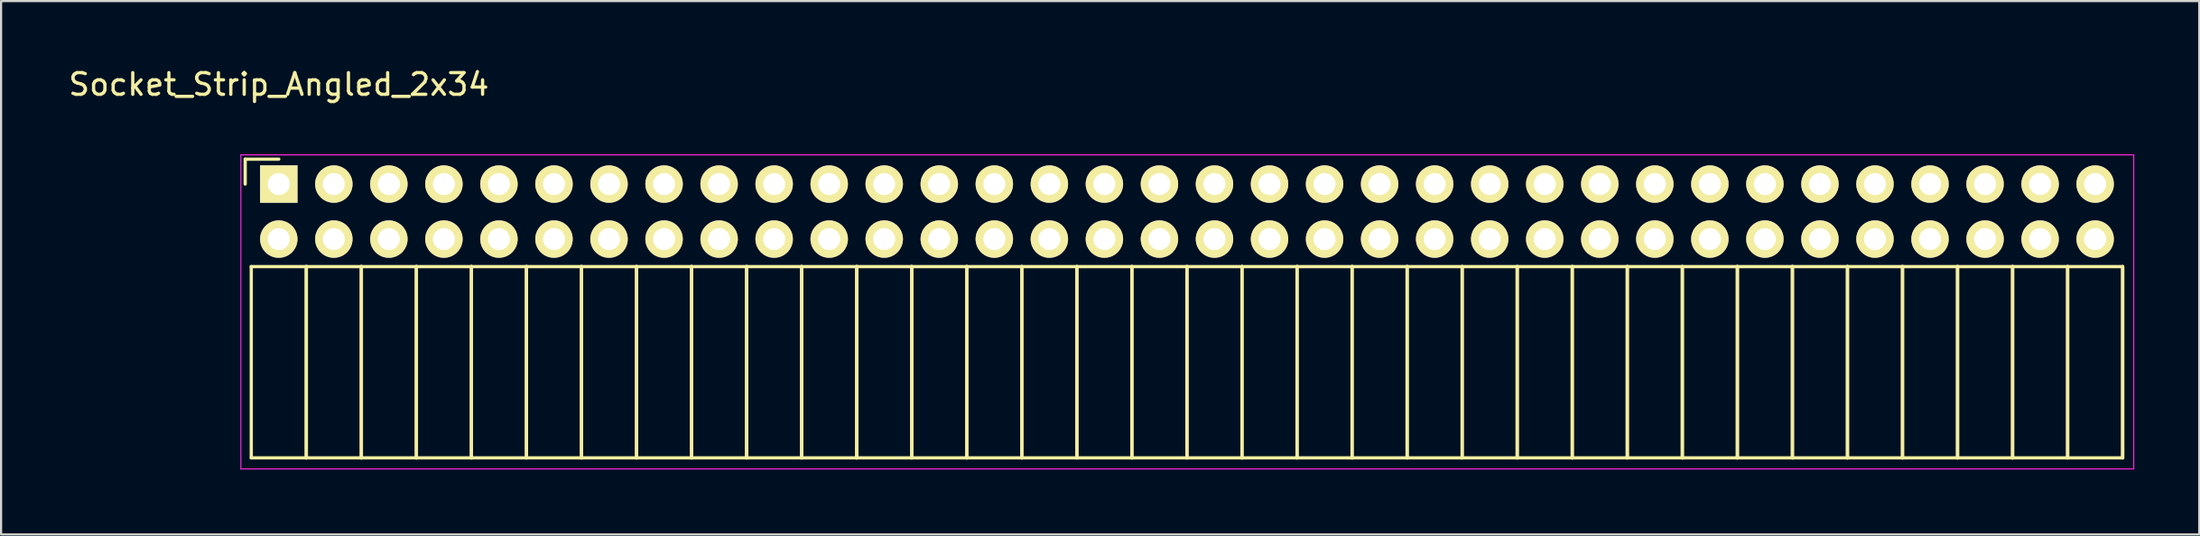
<source format=kicad_pcb>
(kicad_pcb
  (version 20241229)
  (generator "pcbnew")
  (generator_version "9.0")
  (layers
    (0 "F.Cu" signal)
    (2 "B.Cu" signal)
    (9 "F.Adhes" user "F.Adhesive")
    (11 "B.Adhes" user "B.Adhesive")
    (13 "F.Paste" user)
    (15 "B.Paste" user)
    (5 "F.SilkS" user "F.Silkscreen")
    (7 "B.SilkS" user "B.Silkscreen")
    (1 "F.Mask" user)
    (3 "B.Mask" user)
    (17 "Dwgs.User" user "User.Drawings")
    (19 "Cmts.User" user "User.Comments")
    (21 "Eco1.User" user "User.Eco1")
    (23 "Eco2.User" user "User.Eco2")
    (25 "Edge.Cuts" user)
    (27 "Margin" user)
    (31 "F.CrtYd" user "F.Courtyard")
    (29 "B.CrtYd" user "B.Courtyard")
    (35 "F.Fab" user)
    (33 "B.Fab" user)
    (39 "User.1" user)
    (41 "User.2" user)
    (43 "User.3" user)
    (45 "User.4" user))
  (footprint "Socket_Strip_Angled_2x34"
    (layer "F.Cu")
    (at 9.815 5.448)
    (property "Reference" "Socket_Strip_Angled_2x34" (at 0 -4.6 0) (layer "F.SilkS") (effects (font (size 1 1) (thickness 0.15))))
    (attr through_hole)
    (fp_line (start -1.55 -1.15) (end -1.55 0) (stroke (width 0.15) (type solid)) (layer "F.SilkS"))
    (fp_line (start -1.27 3.81) (end -1.27 12.64) (stroke (width 0.15) (type solid)) (layer "F.SilkS"))
    (fp_line (start -1.27 3.81) (end 1.27 3.81) (stroke (width 0.15) (type solid)) (layer "F.SilkS"))
    (fp_line (start -1.27 12.64) (end 1.27 12.64) (stroke (width 0.15) (type solid)) (layer "F.SilkS"))
    (fp_line (start 0 -1.15) (end -1.55 -1.15) (stroke (width 0.15) (type solid)) (layer "F.SilkS"))
    (fp_line (start 1.27 3.81) (end 1.27 12.64) (stroke (width 0.15) (type solid)) (layer "F.SilkS"))
    (fp_line (start 1.27 3.81) (end 3.81 3.81) (stroke (width 0.15) (type solid)) (layer "F.SilkS"))
    (fp_line (start 1.27 12.64) (end 1.27 3.81) (stroke (width 0.15) (type solid)) (layer "F.SilkS"))
    (fp_line (start 1.27 12.64) (end 3.81 12.64) (stroke (width 0.15) (type solid)) (layer "F.SilkS"))
    (fp_line (start 3.81 3.81) (end 3.81 12.64) (stroke (width 0.15) (type solid)) (layer "F.SilkS"))
    (fp_line (start 3.81 3.81) (end 6.35 3.81) (stroke (width 0.15) (type solid)) (layer "F.SilkS"))
    (fp_line (start 3.81 12.64) (end 3.81 3.81) (stroke (width 0.15) (type solid)) (layer "F.SilkS"))
    (fp_line (start 3.81 12.64) (end 6.35 12.64) (stroke (width 0.15) (type solid)) (layer "F.SilkS"))
    (fp_line (start 6.35 3.81) (end 6.35 12.64) (stroke (width 0.15) (type solid)) (layer "F.SilkS"))
    (fp_line (start 6.35 3.81) (end 8.89 3.81) (stroke (width 0.15) (type solid)) (layer "F.SilkS"))
    (fp_line (start 6.35 12.64) (end 6.35 3.81) (stroke (width 0.15) (type solid)) (layer "F.SilkS"))
    (fp_line (start 6.35 12.64) (end 8.89 12.64) (stroke (width 0.15) (type solid)) (layer "F.SilkS"))
    (fp_line (start 8.89 3.81) (end 8.89 12.64) (stroke (width 0.15) (type solid)) (layer "F.SilkS"))
    (fp_line (start 8.89 3.81) (end 11.43 3.81) (stroke (width 0.15) (type solid)) (layer "F.SilkS"))
    (fp_line (start 8.89 12.64) (end 8.89 3.81) (stroke (width 0.15) (type solid)) (layer "F.SilkS"))
    (fp_line (start 8.89 12.64) (end 11.43 12.64) (stroke (width 0.15) (type solid)) (layer "F.SilkS"))
    (fp_line (start 11.43 3.81) (end 11.43 12.64) (stroke (width 0.15) (type solid)) (layer "F.SilkS"))
    (fp_line (start 11.43 3.81) (end 13.97 3.81) (stroke (width 0.15) (type solid)) (layer "F.SilkS"))
    (fp_line (start 11.43 12.64) (end 11.43 3.81) (stroke (width 0.15) (type solid)) (layer "F.SilkS"))
    (fp_line (start 11.43 12.64) (end 13.97 12.64) (stroke (width 0.15) (type solid)) (layer "F.SilkS"))
    (fp_line (start 13.97 3.81) (end 13.97 12.64) (stroke (width 0.15) (type solid)) (layer "F.SilkS"))
    (fp_line (start 13.97 3.81) (end 16.51 3.81) (stroke (width 0.15) (type solid)) (layer "F.SilkS"))
    (fp_line (start 13.97 12.64) (end 13.97 3.81) (stroke (width 0.15) (type solid)) (layer "F.SilkS"))
    (fp_line (start 13.97 12.64) (end 16.51 12.64) (stroke (width 0.15) (type solid)) (layer "F.SilkS"))
    (fp_line (start 16.51 3.81) (end 16.51 12.64) (stroke (width 0.15) (type solid)) (layer "F.SilkS"))
    (fp_line (start 16.51 3.81) (end 19.05 3.81) (stroke (width 0.15) (type solid)) (layer "F.SilkS"))
    (fp_line (start 16.51 12.64) (end 16.51 3.81) (stroke (width 0.15) (type solid)) (layer "F.SilkS"))
    (fp_line (start 16.51 12.64) (end 19.05 12.64) (stroke (width 0.15) (type solid)) (layer "F.SilkS"))
    (fp_line (start 19.05 3.81) (end 19.05 12.64) (stroke (width 0.15) (type solid)) (layer "F.SilkS"))
    (fp_line (start 19.05 3.81) (end 21.59 3.81) (stroke (width 0.15) (type solid)) (layer "F.SilkS"))
    (fp_line (start 19.05 12.64) (end 19.05 3.81) (stroke (width 0.15) (type solid)) (layer "F.SilkS"))
    (fp_line (start 19.05 12.64) (end 21.59 12.64) (stroke (width 0.15) (type solid)) (layer "F.SilkS"))
    (fp_line (start 21.59 3.81) (end 21.59 12.64) (stroke (width 0.15) (type solid)) (layer "F.SilkS"))
    (fp_line (start 21.59 3.81) (end 24.13 3.81) (stroke (width 0.15) (type solid)) (layer "F.SilkS"))
    (fp_line (start 21.59 12.64) (end 21.59 3.81) (stroke (width 0.15) (type solid)) (layer "F.SilkS"))
    (fp_line (start 21.59 12.64) (end 24.13 12.64) (stroke (width 0.15) (type solid)) (layer "F.SilkS"))
    (fp_line (start 24.13 3.81) (end 24.13 12.64) (stroke (width 0.15) (type solid)) (layer "F.SilkS"))
    (fp_line (start 24.13 3.81) (end 26.67 3.81) (stroke (width 0.15) (type solid)) (layer "F.SilkS"))
    (fp_line (start 24.13 12.64) (end 24.13 3.81) (stroke (width 0.15) (type solid)) (layer "F.SilkS"))
    (fp_line (start 24.13 12.64) (end 26.67 12.64) (stroke (width 0.15) (type solid)) (layer "F.SilkS"))
    (fp_line (start 26.67 3.81) (end 26.67 12.64) (stroke (width 0.15) (type solid)) (layer "F.SilkS"))
    (fp_line (start 26.67 3.81) (end 29.21 3.81) (stroke (width 0.15) (type solid)) (layer "F.SilkS"))
    (fp_line (start 26.67 12.64) (end 26.67 3.81) (stroke (width 0.15) (type solid)) (layer "F.SilkS"))
    (fp_line (start 26.67 12.64) (end 29.21 12.64) (stroke (width 0.15) (type solid)) (layer "F.SilkS"))
    (fp_line (start 29.21 3.81) (end 29.21 12.64) (stroke (width 0.15) (type solid)) (layer "F.SilkS"))
    (fp_line (start 29.21 3.81) (end 31.75 3.81) (stroke (width 0.15) (type solid)) (layer "F.SilkS"))
    (fp_line (start 29.21 12.64) (end 29.21 3.81) (stroke (width 0.15) (type solid)) (layer "F.SilkS"))
    (fp_line (start 29.21 12.64) (end 31.75 12.64) (stroke (width 0.15) (type solid)) (layer "F.SilkS"))
    (fp_line (start 31.75 3.81) (end 31.75 12.64) (stroke (width 0.15) (type solid)) (layer "F.SilkS"))
    (fp_line (start 31.75 3.81) (end 34.29 3.81) (stroke (width 0.15) (type solid)) (layer "F.SilkS"))
    (fp_line (start 31.75 12.64) (end 31.75 3.81) (stroke (width 0.15) (type solid)) (layer "F.SilkS"))
    (fp_line (start 31.75 12.64) (end 34.29 12.64) (stroke (width 0.15) (type solid)) (layer "F.SilkS"))
    (fp_line (start 34.29 3.81) (end 34.29 12.64) (stroke (width 0.15) (type solid)) (layer "F.SilkS"))
    (fp_line (start 34.29 3.81) (end 36.83 3.81) (stroke (width 0.15) (type solid)) (layer "F.SilkS"))
    (fp_line (start 34.29 12.64) (end 34.29 3.81) (stroke (width 0.15) (type solid)) (layer "F.SilkS"))
    (fp_line (start 34.29 12.64) (end 36.83 12.64) (stroke (width 0.15) (type solid)) (layer "F.SilkS"))
    (fp_line (start 36.83 3.81) (end 36.83 12.64) (stroke (width 0.15) (type solid)) (layer "F.SilkS"))
    (fp_line (start 36.83 3.81) (end 39.37 3.81) (stroke (width 0.15) (type solid)) (layer "F.SilkS"))
    (fp_line (start 36.83 12.64) (end 36.83 3.81) (stroke (width 0.15) (type solid)) (layer "F.SilkS"))
    (fp_line (start 36.83 12.64) (end 39.37 12.64) (stroke (width 0.15) (type solid)) (layer "F.SilkS"))
    (fp_line (start 39.37 3.81) (end 39.37 12.64) (stroke (width 0.15) (type solid)) (layer "F.SilkS"))
    (fp_line (start 39.37 3.81) (end 41.91 3.81) (stroke (width 0.15) (type solid)) (layer "F.SilkS"))
    (fp_line (start 39.37 12.64) (end 39.37 3.81) (stroke (width 0.15) (type solid)) (layer "F.SilkS"))
    (fp_line (start 39.37 12.64) (end 41.91 12.64) (stroke (width 0.15) (type solid)) (layer "F.SilkS"))
    (fp_line (start 41.91 3.81) (end 41.91 12.64) (stroke (width 0.15) (type solid)) (layer "F.SilkS"))
    (fp_line (start 41.91 3.81) (end 44.45 3.81) (stroke (width 0.15) (type solid)) (layer "F.SilkS"))
    (fp_line (start 41.91 12.64) (end 41.91 3.81) (stroke (width 0.15) (type solid)) (layer "F.SilkS"))
    (fp_line (start 41.91 12.64) (end 44.45 12.64) (stroke (width 0.15) (type solid)) (layer "F.SilkS"))
    (fp_line (start 44.45 3.81) (end 44.45 12.64) (stroke (width 0.15) (type solid)) (layer "F.SilkS"))
    (fp_line (start 44.45 3.81) (end 46.99 3.81) (stroke (width 0.15) (type solid)) (layer "F.SilkS"))
    (fp_line (start 44.45 12.64) (end 44.45 3.81) (stroke (width 0.15) (type solid)) (layer "F.SilkS"))
    (fp_line (start 44.45 12.64) (end 46.99 12.64) (stroke (width 0.15) (type solid)) (layer "F.SilkS"))
    (fp_line (start 46.99 3.81) (end 46.99 12.64) (stroke (width 0.15) (type solid)) (layer "F.SilkS"))
    (fp_line (start 46.99 3.81) (end 49.53 3.81) (stroke (width 0.15) (type solid)) (layer "F.SilkS"))
    (fp_line (start 46.99 12.64) (end 46.99 3.81) (stroke (width 0.15) (type solid)) (layer "F.SilkS"))
    (fp_line (start 46.99 12.64) (end 49.53 12.64) (stroke (width 0.15) (type solid)) (layer "F.SilkS"))
    (fp_line (start 49.53 3.81) (end 49.53 12.64) (stroke (width 0.15) (type solid)) (layer "F.SilkS"))
    (fp_line (start 49.53 3.81) (end 52.07 3.81) (stroke (width 0.15) (type solid)) (layer "F.SilkS"))
    (fp_line (start 49.53 12.64) (end 49.53 3.81) (stroke (width 0.15) (type solid)) (layer "F.SilkS"))
    (fp_line (start 49.53 12.64) (end 52.07 12.64) (stroke (width 0.15) (type solid)) (layer "F.SilkS"))
    (fp_line (start 52.07 3.81) (end 52.07 12.64) (stroke (width 0.15) (type solid)) (layer "F.SilkS"))
    (fp_line (start 52.07 3.81) (end 54.61 3.81) (stroke (width 0.15) (type solid)) (layer "F.SilkS"))
    (fp_line (start 52.07 12.64) (end 52.07 3.81) (stroke (width 0.15) (type solid)) (layer "F.SilkS"))
    (fp_line (start 52.07 12.64) (end 54.61 12.64) (stroke (width 0.15) (type solid)) (layer "F.SilkS"))
    (fp_line (start 54.61 3.81) (end 54.61 12.64) (stroke (width 0.15) (type solid)) (layer "F.SilkS"))
    (fp_line (start 54.61 3.81) (end 57.15 3.81) (stroke (width 0.15) (type solid)) (layer "F.SilkS"))
    (fp_line (start 54.61 12.64) (end 54.61 3.81) (stroke (width 0.15) (type solid)) (layer "F.SilkS"))
    (fp_line (start 54.61 12.64) (end 57.15 12.64) (stroke (width 0.15) (type solid)) (layer "F.SilkS"))
    (fp_line (start 57.15 3.81) (end 57.15 12.64) (stroke (width 0.15) (type solid)) (layer "F.SilkS"))
    (fp_line (start 57.15 3.81) (end 59.69 3.81) (stroke (width 0.15) (type solid)) (layer "F.SilkS"))
    (fp_line (start 57.15 12.64) (end 57.15 3.81) (stroke (width 0.15) (type solid)) (layer "F.SilkS"))
    (fp_line (start 57.15 12.64) (end 59.69 12.64) (stroke (width 0.15) (type solid)) (layer "F.SilkS"))
    (fp_line (start 59.69 3.81) (end 59.69 12.64) (stroke (width 0.15) (type solid)) (layer "F.SilkS"))
    (fp_line (start 59.69 3.81) (end 62.23 3.81) (stroke (width 0.15) (type solid)) (layer "F.SilkS"))
    (fp_line (start 59.69 12.64) (end 59.69 3.81) (stroke (width 0.15) (type solid)) (layer "F.SilkS"))
    (fp_line (start 59.69 12.64) (end 62.23 12.64) (stroke (width 0.15) (type solid)) (layer "F.SilkS"))
    (fp_line (start 62.23 3.81) (end 62.23 12.64) (stroke (width 0.15) (type solid)) (layer "F.SilkS"))
    (fp_line (start 62.23 3.81) (end 64.77 3.81) (stroke (width 0.15) (type solid)) (layer "F.SilkS"))
    (fp_line (start 62.23 12.64) (end 62.23 3.81) (stroke (width 0.15) (type solid)) (layer "F.SilkS"))
    (fp_line (start 62.23 12.64) (end 64.77 12.64) (stroke (width 0.15) (type solid)) (layer "F.SilkS"))
    (fp_line (start 64.77 3.81) (end 64.77 12.64) (stroke (width 0.15) (type solid)) (layer "F.SilkS"))
    (fp_line (start 64.77 3.81) (end 67.31 3.81) (stroke (width 0.15) (type solid)) (layer "F.SilkS"))
    (fp_line (start 64.77 12.64) (end 64.77 3.81) (stroke (width 0.15) (type solid)) (layer "F.SilkS"))
    (fp_line (start 64.77 12.64) (end 67.31 12.64) (stroke (width 0.15) (type solid)) (layer "F.SilkS"))
    (fp_line (start 67.31 3.81) (end 67.31 12.64) (stroke (width 0.15) (type solid)) (layer "F.SilkS"))
    (fp_line (start 67.31 3.81) (end 69.85 3.81) (stroke (width 0.15) (type solid)) (layer "F.SilkS"))
    (fp_line (start 67.31 12.64) (end 67.31 3.81) (stroke (width 0.15) (type solid)) (layer "F.SilkS"))
    (fp_line (start 67.31 12.64) (end 69.85 12.64) (stroke (width 0.15) (type solid)) (layer "F.SilkS"))
    (fp_line (start 69.85 3.81) (end 69.85 12.64) (stroke (width 0.15) (type solid)) (layer "F.SilkS"))
    (fp_line (start 69.85 3.81) (end 72.39 3.81) (stroke (width 0.15) (type solid)) (layer "F.SilkS"))
    (fp_line (start 69.85 12.64) (end 69.85 3.81) (stroke (width 0.15) (type solid)) (layer "F.SilkS"))
    (fp_line (start 69.85 12.64) (end 72.39 12.64) (stroke (width 0.15) (type solid)) (layer "F.SilkS"))
    (fp_line (start 72.39 3.81) (end 72.39 12.64) (stroke (width 0.15) (type solid)) (layer "F.SilkS"))
    (fp_line (start 72.39 3.81) (end 74.93 3.81) (stroke (width 0.15) (type solid)) (layer "F.SilkS"))
    (fp_line (start 72.39 12.64) (end 72.39 3.81) (stroke (width 0.15) (type solid)) (layer "F.SilkS"))
    (fp_line (start 72.39 12.64) (end 74.93 12.64) (stroke (width 0.15) (type solid)) (layer "F.SilkS"))
    (fp_line (start 74.93 3.81) (end 74.93 12.64) (stroke (width 0.15) (type solid)) (layer "F.SilkS"))
    (fp_line (start 74.93 3.81) (end 77.47 3.81) (stroke (width 0.15) (type solid)) (layer "F.SilkS"))
    (fp_line (start 74.93 12.64) (end 74.93 3.81) (stroke (width 0.15) (type solid)) (layer "F.SilkS"))
    (fp_line (start 74.93 12.64) (end 77.47 12.64) (stroke (width 0.15) (type solid)) (layer "F.SilkS"))
    (fp_line (start 77.47 3.81) (end 77.47 12.64) (stroke (width 0.15) (type solid)) (layer "F.SilkS"))
    (fp_line (start 77.47 3.81) (end 80.01 3.81) (stroke (width 0.15) (type solid)) (layer "F.SilkS"))
    (fp_line (start 77.47 12.64) (end 77.47 3.81) (stroke (width 0.15) (type solid)) (layer "F.SilkS"))
    (fp_line (start 77.47 12.64) (end 80.01 12.64) (stroke (width 0.15) (type solid)) (layer "F.SilkS"))
    (fp_line (start 80.01 3.81) (end 80.01 12.64) (stroke (width 0.15) (type solid)) (layer "F.SilkS"))
    (fp_line (start 80.01 3.81) (end 82.55 3.81) (stroke (width 0.15) (type solid)) (layer "F.SilkS"))
    (fp_line (start 80.01 12.64) (end 80.01 3.81) (stroke (width 0.15) (type solid)) (layer "F.SilkS"))
    (fp_line (start 80.01 12.64) (end 82.55 12.64) (stroke (width 0.15) (type solid)) (layer "F.SilkS"))
    (fp_line (start 82.55 3.81) (end 82.55 12.64) (stroke (width 0.15) (type solid)) (layer "F.SilkS"))
    (fp_line (start 82.55 3.81) (end 85.09 3.81) (stroke (width 0.15) (type solid)) (layer "F.SilkS"))
    (fp_line (start 82.55 12.64) (end 82.55 3.81) (stroke (width 0.15) (type solid)) (layer "F.SilkS"))
    (fp_line (start 82.55 12.64) (end 85.09 12.64) (stroke (width 0.15) (type solid)) (layer "F.SilkS"))
    (fp_line (start 85.09 3.81) (end 85.09 12.64) (stroke (width 0.15) (type solid)) (layer "F.SilkS"))
    (fp_line (start 85.09 12.64) (end 85.09 3.81) (stroke (width 0.15) (type solid)) (layer "F.SilkS"))
    (fp_line (start -1.75 -1.35) (end -1.75 13.15) (stroke (width 0.05) (type solid)) (layer "F.CrtYd"))
    (fp_line (start -1.75 -1.35) (end 85.6 -1.35) (stroke (width 0.05) (type solid)) (layer "F.CrtYd"))
    (fp_line (start -1.75 13.15) (end 85.6 13.15) (stroke (width 0.05) (type solid)) (layer "F.CrtYd"))
    (fp_line (start 85.6 -1.35) (end 85.6 13.15) (stroke (width 0.05) (type solid)) (layer "F.CrtYd"))
    (pad "1" thru_hole rect (at 0 0) (size 1.727 1.727) (drill 1.016) (layers "*.Cu" "*.Mask" "F.SilkS"))
    (pad "2" thru_hole oval (at 0 2.54) (size 1.727 1.727) (drill 1.016) (layers "*.Cu" "*.Mask" "F.SilkS"))
    (pad "3" thru_hole oval (at 2.54 0) (size 1.727 1.727) (drill 1.016) (layers "*.Cu" "*.Mask" "F.SilkS"))
    (pad "4" thru_hole oval (at 2.54 2.54) (size 1.727 1.727) (drill 1.016) (layers "*.Cu" "*.Mask" "F.SilkS"))
    (pad "5" thru_hole oval (at 5.08 0) (size 1.727 1.727) (drill 1.016) (layers "*.Cu" "*.Mask" "F.SilkS"))
    (pad "6" thru_hole oval (at 5.08 2.54) (size 1.727 1.727) (drill 1.016) (layers "*.Cu" "*.Mask" "F.SilkS"))
    (pad "7" thru_hole oval (at 7.62 0) (size 1.727 1.727) (drill 1.016) (layers "*.Cu" "*.Mask" "F.SilkS"))
    (pad "8" thru_hole oval (at 7.62 2.54) (size 1.727 1.727) (drill 1.016) (layers "*.Cu" "*.Mask" "F.SilkS"))
    (pad "9" thru_hole oval (at 10.16 0) (size 1.727 1.727) (drill 1.016) (layers "*.Cu" "*.Mask" "F.SilkS"))
    (pad "10" thru_hole oval (at 10.16 2.54) (size 1.727 1.727) (drill 1.016) (layers "*.Cu" "*.Mask" "F.SilkS"))
    (pad "11" thru_hole oval (at 12.7 0) (size 1.727 1.727) (drill 1.016) (layers "*.Cu" "*.Mask" "F.SilkS"))
    (pad "12" thru_hole oval (at 12.7 2.54) (size 1.727 1.727) (drill 1.016) (layers "*.Cu" "*.Mask" "F.SilkS"))
    (pad "13" thru_hole oval (at 15.24 0) (size 1.727 1.727) (drill 1.016) (layers "*.Cu" "*.Mask" "F.SilkS"))
    (pad "14" thru_hole oval (at 15.24 2.54) (size 1.727 1.727) (drill 1.016) (layers "*.Cu" "*.Mask" "F.SilkS"))
    (pad "15" thru_hole oval (at 17.78 0) (size 1.727 1.727) (drill 1.016) (layers "*.Cu" "*.Mask" "F.SilkS"))
    (pad "16" thru_hole oval (at 17.78 2.54) (size 1.727 1.727) (drill 1.016) (layers "*.Cu" "*.Mask" "F.SilkS"))
    (pad "17" thru_hole oval (at 20.32 0) (size 1.727 1.727) (drill 1.016) (layers "*.Cu" "*.Mask" "F.SilkS"))
    (pad "18" thru_hole oval (at 20.32 2.54) (size 1.727 1.727) (drill 1.016) (layers "*.Cu" "*.Mask" "F.SilkS"))
    (pad "19" thru_hole oval (at 22.86 0) (size 1.727 1.727) (drill 1.016) (layers "*.Cu" "*.Mask" "F.SilkS"))
    (pad "20" thru_hole oval (at 22.86 2.54) (size 1.727 1.727) (drill 1.016) (layers "*.Cu" "*.Mask" "F.SilkS"))
    (pad "21" thru_hole oval (at 25.4 0) (size 1.727 1.727) (drill 1.016) (layers "*.Cu" "*.Mask" "F.SilkS"))
    (pad "22" thru_hole oval (at 25.4 2.54) (size 1.727 1.727) (drill 1.016) (layers "*.Cu" "*.Mask" "F.SilkS"))
    (pad "23" thru_hole oval (at 27.94 0) (size 1.727 1.727) (drill 1.016) (layers "*.Cu" "*.Mask" "F.SilkS"))
    (pad "24" thru_hole oval (at 27.94 2.54) (size 1.727 1.727) (drill 1.016) (layers "*.Cu" "*.Mask" "F.SilkS"))
    (pad "25" thru_hole oval (at 30.48 0) (size 1.727 1.727) (drill 1.016) (layers "*.Cu" "*.Mask" "F.SilkS"))
    (pad "26" thru_hole oval (at 30.48 2.54) (size 1.727 1.727) (drill 1.016) (layers "*.Cu" "*.Mask" "F.SilkS"))
    (pad "27" thru_hole oval (at 33.02 0) (size 1.727 1.727) (drill 1.016) (layers "*.Cu" "*.Mask" "F.SilkS"))
    (pad "28" thru_hole oval (at 33.02 2.54) (size 1.727 1.727) (drill 1.016) (layers "*.Cu" "*.Mask" "F.SilkS"))
    (pad "29" thru_hole oval (at 35.56 0) (size 1.727 1.727) (drill 1.016) (layers "*.Cu" "*.Mask" "F.SilkS"))
    (pad "30" thru_hole oval (at 35.56 2.54) (size 1.727 1.727) (drill 1.016) (layers "*.Cu" "*.Mask" "F.SilkS"))
    (pad "31" thru_hole oval (at 38.1 0) (size 1.727 1.727) (drill 1.016) (layers "*.Cu" "*.Mask" "F.SilkS"))
    (pad "32" thru_hole oval (at 38.1 2.54) (size 1.727 1.727) (drill 1.016) (layers "*.Cu" "*.Mask" "F.SilkS"))
    (pad "33" thru_hole oval (at 40.64 0) (size 1.727 1.727) (drill 1.016) (layers "*.Cu" "*.Mask" "F.SilkS"))
    (pad "34" thru_hole oval (at 40.64 2.54) (size 1.727 1.727) (drill 1.016) (layers "*.Cu" "*.Mask" "F.SilkS"))
    (pad "35" thru_hole oval (at 43.18 0) (size 1.727 1.727) (drill 1.016) (layers "*.Cu" "*.Mask" "F.SilkS"))
    (pad "36" thru_hole oval (at 43.18 2.54) (size 1.727 1.727) (drill 1.016) (layers "*.Cu" "*.Mask" "F.SilkS"))
    (pad "37" thru_hole oval (at 45.72 0) (size 1.727 1.727) (drill 1.016) (layers "*.Cu" "*.Mask" "F.SilkS"))
    (pad "38" thru_hole oval (at 45.72 2.54) (size 1.727 1.727) (drill 1.016) (layers "*.Cu" "*.Mask" "F.SilkS"))
    (pad "39" thru_hole oval (at 48.26 0) (size 1.727 1.727) (drill 1.016) (layers "*.Cu" "*.Mask" "F.SilkS"))
    (pad "40" thru_hole oval (at 48.26 2.54) (size 1.727 1.727) (drill 1.016) (layers "*.Cu" "*.Mask" "F.SilkS"))
    (pad "41" thru_hole oval (at 50.8 0) (size 1.727 1.727) (drill 1.016) (layers "*.Cu" "*.Mask" "F.SilkS"))
    (pad "42" thru_hole oval (at 50.8 2.54) (size 1.727 1.727) (drill 1.016) (layers "*.Cu" "*.Mask" "F.SilkS"))
    (pad "43" thru_hole oval (at 53.34 0) (size 1.727 1.727) (drill 1.016) (layers "*.Cu" "*.Mask" "F.SilkS"))
    (pad "44" thru_hole oval (at 53.34 2.54) (size 1.727 1.727) (drill 1.016) (layers "*.Cu" "*.Mask" "F.SilkS"))
    (pad "45" thru_hole oval (at 55.88 0) (size 1.727 1.727) (drill 1.016) (layers "*.Cu" "*.Mask" "F.SilkS"))
    (pad "46" thru_hole oval (at 55.88 2.54) (size 1.727 1.727) (drill 1.016) (layers "*.Cu" "*.Mask" "F.SilkS"))
    (pad "47" thru_hole oval (at 58.42 0) (size 1.727 1.727) (drill 1.016) (layers "*.Cu" "*.Mask" "F.SilkS"))
    (pad "48" thru_hole oval (at 58.42 2.54) (size 1.727 1.727) (drill 1.016) (layers "*.Cu" "*.Mask" "F.SilkS"))
    (pad "49" thru_hole oval (at 60.96 0) (size 1.727 1.727) (drill 1.016) (layers "*.Cu" "*.Mask" "F.SilkS"))
    (pad "50" thru_hole oval (at 60.96 2.54) (size 1.727 1.727) (drill 1.016) (layers "*.Cu" "*.Mask" "F.SilkS"))
    (pad "51" thru_hole oval (at 63.5 0) (size 1.727 1.727) (drill 1.016) (layers "*.Cu" "*.Mask" "F.SilkS"))
    (pad "52" thru_hole oval (at 63.5 2.54) (size 1.727 1.727) (drill 1.016) (layers "*.Cu" "*.Mask" "F.SilkS"))
    (pad "53" thru_hole oval (at 66.04 0) (size 1.727 1.727) (drill 1.016) (layers "*.Cu" "*.Mask" "F.SilkS"))
    (pad "54" thru_hole oval (at 66.04 2.54) (size 1.727 1.727) (drill 1.016) (layers "*.Cu" "*.Mask" "F.SilkS"))
    (pad "55" thru_hole oval (at 68.58 0) (size 1.727 1.727) (drill 1.016) (layers "*.Cu" "*.Mask" "F.SilkS"))
    (pad "56" thru_hole oval (at 68.58 2.54) (size 1.727 1.727) (drill 1.016) (layers "*.Cu" "*.Mask" "F.SilkS"))
    (pad "57" thru_hole oval (at 71.12 0) (size 1.727 1.727) (drill 1.016) (layers "*.Cu" "*.Mask" "F.SilkS"))
    (pad "58" thru_hole oval (at 71.12 2.54) (size 1.727 1.727) (drill 1.016) (layers "*.Cu" "*.Mask" "F.SilkS"))
    (pad "59" thru_hole oval (at 73.66 0) (size 1.727 1.727) (drill 1.016) (layers "*.Cu" "*.Mask" "F.SilkS"))
    (pad "60" thru_hole oval (at 73.66 2.54) (size 1.727 1.727) (drill 1.016) (layers "*.Cu" "*.Mask" "F.SilkS"))
    (pad "61" thru_hole oval (at 76.2 0) (size 1.727 1.727) (drill 1.016) (layers "*.Cu" "*.Mask" "F.SilkS"))
    (pad "62" thru_hole oval (at 76.2 2.54) (size 1.727 1.727) (drill 1.016) (layers "*.Cu" "*.Mask" "F.SilkS"))
    (pad "63" thru_hole oval (at 78.74 0) (size 1.727 1.727) (drill 1.016) (layers "*.Cu" "*.Mask" "F.SilkS"))
    (pad "64" thru_hole oval (at 78.74 2.54) (size 1.727 1.727) (drill 1.016) (layers "*.Cu" "*.Mask" "F.SilkS"))
    (pad "65" thru_hole oval (at 81.28 0) (size 1.727 1.727) (drill 1.016) (layers "*.Cu" "*.Mask" "F.SilkS"))
    (pad "66" thru_hole oval (at 81.28 2.54) (size 1.727 1.727) (drill 1.016) (layers "*.Cu" "*.Mask" "F.SilkS"))
    (pad "67" thru_hole oval (at 83.82 0) (size 1.727 1.727) (drill 1.016) (layers "*.Cu" "*.Mask" "F.SilkS"))
    (pad "68" thru_hole oval (at 83.82 2.54) (size 1.727 1.727) (drill 1.016) (layers "*.Cu" "*.Mask" "F.SilkS")))
  (gr_rect
    (start -3 -3)
    (end 98.44 21.623)
    (stroke (width 0.1) (type default))
    (fill no)
    (layer "Edge.Cuts")))
</source>
